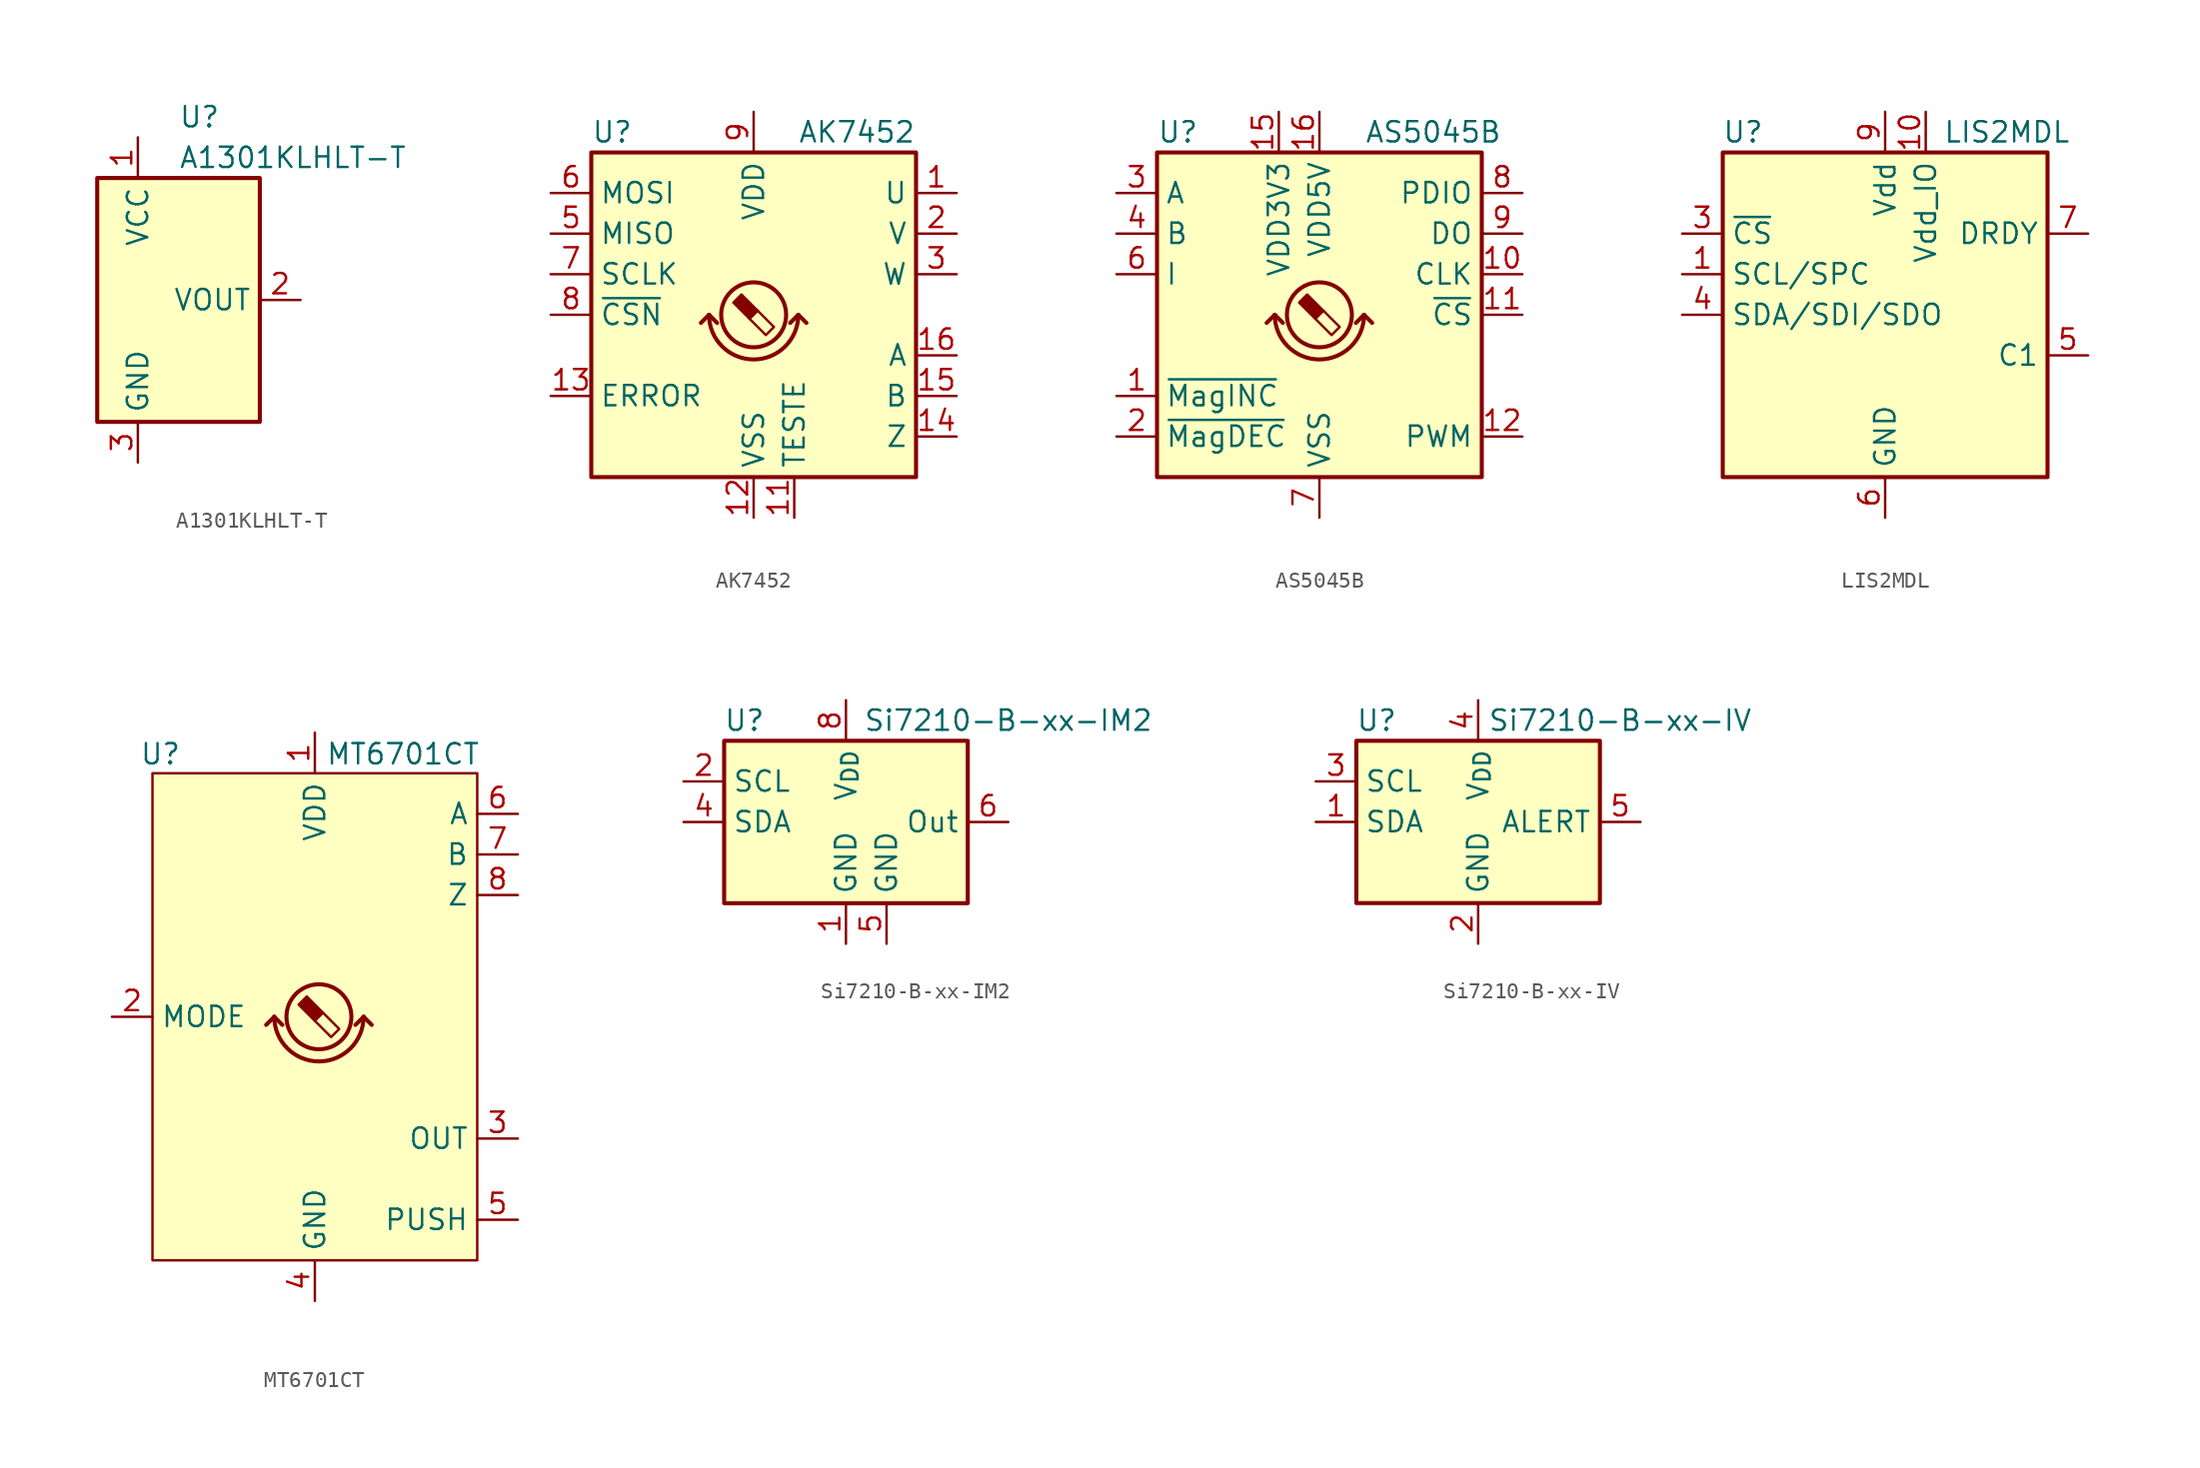
<source format=kicad_sym>
(kicad_symbol_lib
  (version 20231120)
  (generator "kicad_symbol_editor")
  (generator_version "8.0")
  (symbol "A1301KLHLT-T"
    (property "Reference" "U"
      (at 0 11.43 0)
      (effects (font (size 1.27 1.27)) (justify left)))
    (property "Value" "A1301KLHLT-T"
      (at 0 8.89 0)
      (effects (font (size 1.27 1.27)) (justify left)))
    (symbol "A1301KLHLT-T_0_1"
      (rectangle (start -5.08 7.62) (end 5.08 -7.62) (stroke (width 0.254) (type default)) (fill (type background))))
    (symbol "A1301KLHLT-T_1_1"
      (pin power_in line (at -2.54 10.16 270) (length 2.54) (name "VCC" (effects (font (size 1.27 1.27)))) (number "1" (effects (font (size 1.27 1.27)))))
      (pin output line (at 7.62 0 180) (length 2.54) (name "VOUT" (effects (font (size 1.27 1.27)))) (number "2" (effects (font (size 1.27 1.27)))))
      (pin power_in line (at -2.54 -10.16 90) (length 2.54) (name "GND" (effects (font (size 1.27 1.27)))) (number "3" (effects (font (size 1.27 1.27)))))))
  (symbol "AK7452"
    (property "Reference" "U"
      (at -10.16 11.43 0)
      (effects (font (size 1.27 1.27)) (justify left)))
    (property "Value" "AK7452"
      (at 10.16 11.43 0)
      (effects (font (size 1.27 1.27)) (justify right)))
    (symbol "AK7452_0_1"
      (rectangle (start -10.16 10.16) (end 10.16 -10.16) (stroke (width 0.254) (type default)) (fill (type background)))
      (arc (start -2.794 0) (mid 0 -2.7819) (end 2.794 0) (stroke (width 0.254) (type default)) (fill (type none)))
      (polyline (pts (xy -2.794 0) (xy -3.302 -0.508)) (stroke (width 0.254) (type default)) (fill (type none)))
      (polyline (pts (xy -2.794 0) (xy -2.286 -0.508)) (stroke (width 0.254) (type default)) (fill (type none)))
      (polyline (pts (xy 2.794 0) (xy 2.286 -0.508)) (stroke (width 0.254) (type default)) (fill (type none)))
      (polyline (pts (xy 2.794 0) (xy 3.302 -0.508)) (stroke (width 0.254) (type default)) (fill (type none))))
    (symbol "AK7452_1_1"
      (polyline (pts (xy 0.254 0.254) (xy 1.27 -0.762) (xy 0.762 -1.27) (xy -0.254 -0.254)) (stroke (width 0) (type default)) (fill (type none)))
      (polyline (pts (xy -0.762 1.27) (xy 0.254 0.254) (xy -0.254 -0.254) (xy -1.27 0.762) (xy -1.016 1.016) (xy -0.762 1.27) (xy -0.635 1.143)) (stroke (width 0) (type default)) (fill (type outline)))
      (circle (center 0 0) (radius 2.032) (stroke (width 0.254) (type default)) (fill (type none)))
      (pin output line (at 12.7 7.62 180) (length 2.54) (name "U" (effects (font (size 1.27 1.27)))) (number "1" (effects (font (size 1.27 1.27)))))
      (pin no_connect line (at 7.62 -10.16 90) (length 2.54) hide (name "NC" (effects (font (size 1.27 1.27)))) (number "10" (effects (font (size 1.27 1.27)))))
      (pin passive line (at 2.54 -12.7 90) (length 2.54) (name "TESTE" (effects (font (size 1.27 1.27)))) (number "11" (effects (font (size 1.27 1.27)))))
      (pin power_in line (at 0 -12.7 90) (length 2.54) (name "VSS" (effects (font (size 1.27 1.27)))) (number "12" (effects (font (size 1.27 1.27)))))
      (pin output line (at -12.7 -5.08 0) (length 2.54) (name "ERROR" (effects (font (size 1.27 1.27)))) (number "13" (effects (font (size 1.27 1.27)))))
      (pin output line (at 12.7 -7.62 180) (length 2.54) (name "Z" (effects (font (size 1.27 1.27)))) (number "14" (effects (font (size 1.27 1.27)))))
      (pin output line (at 12.7 -5.08 180) (length 2.54) (name "B" (effects (font (size 1.27 1.27)))) (number "15" (effects (font (size 1.27 1.27)))))
      (pin output line (at 12.7 -2.54 180) (length 2.54) (name "A" (effects (font (size 1.27 1.27)))) (number "16" (effects (font (size 1.27 1.27)))))
      (pin output line (at 12.7 5.08 180) (length 2.54) (name "V" (effects (font (size 1.27 1.27)))) (number "2" (effects (font (size 1.27 1.27)))))
      (pin output line (at 12.7 2.54 180) (length 2.54) (name "W" (effects (font (size 1.27 1.27)))) (number "3" (effects (font (size 1.27 1.27)))))
      (pin no_connect line (at 5.08 -10.16 90) (length 2.54) hide (name "NC" (effects (font (size 1.27 1.27)))) (number "4" (effects (font (size 1.27 1.27)))))
      (pin output line (at -12.7 5.08 0) (length 2.54) (name "MISO" (effects (font (size 1.27 1.27)))) (number "5" (effects (font (size 1.27 1.27)))))
      (pin input line (at -12.7 7.62 0) (length 2.54) (name "MOSI" (effects (font (size 1.27 1.27)))) (number "6" (effects (font (size 1.27 1.27)))))
      (pin input line (at -12.7 2.54 0) (length 2.54) (name "SCLK" (effects (font (size 1.27 1.27)))) (number "7" (effects (font (size 1.27 1.27)))))
      (pin input line (at -12.7 0 0) (length 2.54) (name "~{CSN}" (effects (font (size 1.27 1.27)))) (number "8" (effects (font (size 1.27 1.27)))))
      (pin power_in line (at 0 12.7 270) (length 2.54) (name "VDD" (effects (font (size 1.27 1.27)))) (number "9" (effects (font (size 1.27 1.27)))))))
  (symbol "AS5045B"
    (property "Reference" "U"
      (at -10.16 11.43 0)
      (effects (font (size 1.27 1.27)) (justify left)))
    (property "Value" "AS5045B"
      (at 11.43 11.43 0)
      (effects (font (size 1.27 1.27)) (justify right)))
    (symbol "AS5045B_0_1"
      (rectangle (start -10.16 10.16) (end 10.16 -10.16) (stroke (width 0.254) (type default)) (fill (type background)))
      (arc (start -2.794 0) (mid 0 -2.7819) (end 2.794 0) (stroke (width 0.254) (type default)) (fill (type none)))
      (polyline (pts (xy -2.794 0) (xy -3.302 -0.508)) (stroke (width 0.254) (type default)) (fill (type none)))
      (polyline (pts (xy -2.794 0) (xy -2.286 -0.508)) (stroke (width 0.254) (type default)) (fill (type none)))
      (polyline (pts (xy 2.794 0) (xy 2.286 -0.508)) (stroke (width 0.254) (type default)) (fill (type none)))
      (polyline (pts (xy 2.794 0) (xy 3.302 -0.508)) (stroke (width 0.254) (type default)) (fill (type none)))
      (polyline (pts (xy 0.254 0.254) (xy 1.27 -0.762) (xy 0.762 -1.27) (xy -0.254 -0.254)) (stroke (width 0) (type default)) (fill (type none)))
      (polyline (pts (xy -0.762 1.27) (xy 0.254 0.254) (xy -0.254 -0.254) (xy -1.27 0.762) (xy -1.016 1.016) (xy -0.762 1.27) (xy -0.635 1.143)) (stroke (width 0) (type default)) (fill (type outline)))
      (circle (center 0 0) (radius 2.032) (stroke (width 0.254) (type default)) (fill (type none))))
    (symbol "AS5045B_1_1"
      (pin open_collector line (at -12.7 -5.08 0) (length 2.54) (name "~{MagINC}" (effects (font (size 1.27 1.27)))) (number "1" (effects (font (size 1.27 1.27)))))
      (pin input line (at 12.7 2.54 180) (length 2.54) (name "CLK" (effects (font (size 1.27 1.27)))) (number "10" (effects (font (size 1.27 1.27)))))
      (pin input line (at 12.7 0 180) (length 2.54) (name "~{CS}" (effects (font (size 1.27 1.27)))) (number "11" (effects (font (size 1.27 1.27)))))
      (pin output line (at 12.7 -7.62 180) (length 2.54) (name "PWM" (effects (font (size 1.27 1.27)))) (number "12" (effects (font (size 1.27 1.27)))))
      (pin no_connect line (at 10.16 -5.08 180) (length 2.54) hide (name "NC" (effects (font (size 1.27 1.27)))) (number "13" (effects (font (size 1.27 1.27)))))
      (pin no_connect line (at 2.54 -10.16 90) (length 2.54) hide (name "NC" (effects (font (size 1.27 1.27)))) (number "14" (effects (font (size 1.27 1.27)))))
      (pin power_in line (at -2.54 12.7 270) (length 2.54) (name "VDD3V3" (effects (font (size 1.27 1.27)))) (number "15" (effects (font (size 1.27 1.27)))))
      (pin power_in line (at 0 12.7 270) (length 2.54) (name "VDD5V" (effects (font (size 1.27 1.27)))) (number "16" (effects (font (size 1.27 1.27)))))
      (pin open_collector line (at -12.7 -7.62 0) (length 2.54) (name "~{MagDEC}" (effects (font (size 1.27 1.27)))) (number "2" (effects (font (size 1.27 1.27)))))
      (pin output line (at -12.7 7.62 0) (length 2.54) (name "A" (effects (font (size 1.27 1.27)))) (number "3" (effects (font (size 1.27 1.27)))))
      (pin output line (at -12.7 5.08 0) (length 2.54) (name "B" (effects (font (size 1.27 1.27)))) (number "4" (effects (font (size 1.27 1.27)))))
      (pin no_connect line (at 10.16 -2.54 180) (length 2.54) hide (name "NC" (effects (font (size 1.27 1.27)))) (number "5" (effects (font (size 1.27 1.27)))))
      (pin output line (at -12.7 2.54 0) (length 2.54) (name "I" (effects (font (size 1.27 1.27)))) (number "6" (effects (font (size 1.27 1.27)))))
      (pin power_in line (at 0 -12.7 90) (length 2.54) (name "VSS" (effects (font (size 1.27 1.27)))) (number "7" (effects (font (size 1.27 1.27)))))
      (pin input line (at 12.7 7.62 180) (length 2.54) (name "PDIO" (effects (font (size 1.27 1.27)))) (number "8" (effects (font (size 1.27 1.27)))))
      (pin output line (at 12.7 5.08 180) (length 2.54) (name "DO" (effects (font (size 1.27 1.27)))) (number "9" (effects (font (size 1.27 1.27)))))))
  (symbol "LIS2MDL"
    (property "Reference" "U"
      (at -8.89 11.43 0)
      (effects (font (size 1.27 1.27))))
    (property "Value" "LIS2MDL"
      (at 7.62 11.43 0)
      (effects (font (size 1.27 1.27))))
    (symbol "LIS2MDL_0_1"
      (rectangle (start -10.16 10.16) (end 10.16 -10.16) (stroke (width 0.254) (type default)) (fill (type background))))
    (symbol "LIS2MDL_1_1"
      (pin input line (at -12.7 2.54 0) (length 2.54) (name "SCL/SPC" (effects (font (size 1.27 1.27)))) (number "1" (effects (font (size 1.27 1.27)))))
      (pin power_in line (at 2.54 12.7 270) (length 2.54) (name "Vdd_IO" (effects (font (size 1.27 1.27)))) (number "10" (effects (font (size 1.27 1.27)))))
      (pin no_connect line (at -10.16 -7.62 0) (length 2.54) hide (name "NC" (effects (font (size 1.27 1.27)))) (number "11" (effects (font (size 1.27 1.27)))))
      (pin no_connect line (at 10.16 -7.62 180) (length 2.54) hide (name "NC" (effects (font (size 1.27 1.27)))) (number "12" (effects (font (size 1.27 1.27)))))
      (pin no_connect line (at -10.16 -5.08 0) (length 2.54) hide (name "NC" (effects (font (size 1.27 1.27)))) (number "2" (effects (font (size 1.27 1.27)))))
      (pin input line (at -12.7 5.08 0) (length 2.54) (name "~{CS}" (effects (font (size 1.27 1.27)))) (number "3" (effects (font (size 1.27 1.27)))))
      (pin bidirectional line (at -12.7 0 0) (length 2.54) (name "SDA/SDI/SDO" (effects (font (size 1.27 1.27)))) (number "4" (effects (font (size 1.27 1.27)))))
      (pin power_out line (at 12.7 -2.54 180) (length 2.54) (name "C1" (effects (font (size 1.27 1.27)))) (number "5" (effects (font (size 1.27 1.27)))))
      (pin power_in line (at 0 -12.7 90) (length 2.54) (name "GND" (effects (font (size 1.27 1.27)))) (number "6" (effects (font (size 1.27 1.27)))))
      (pin output line (at 12.7 5.08 180) (length 2.54) (name "DRDY" (effects (font (size 1.27 1.27)))) (number "7" (effects (font (size 1.27 1.27)))) (alternate "INT" output line) (alternate "SDO" output line))
      (pin passive line (at 0 -12.7 90) (length 2.54) hide (name "GND" (effects (font (size 1.27 1.27)))) (number "8" (effects (font (size 1.27 1.27)))))
      (pin power_in line (at 0 12.7 270) (length 2.54) (name "Vdd" (effects (font (size 1.27 1.27)))) (number "9" (effects (font (size 1.27 1.27)))))))
  (symbol "MT6701CT"
    (property "Reference" "U"
      (at -9.663 16.44 0)
      (effects (font (size 1.27 1.27))))
    (property "Value" "MT6701CT"
      (at 5.516 16.44 0)
      (effects (font (size 1.27 1.27))))
    (symbol "MT6701CT_0_1"
      (arc (start -2.54 0) (mid 0.254 -2.7819) (end 3.048 0) (stroke (width 0.254) (type default)) (fill (type none)))
      (polyline (pts (xy -2.54 0) (xy -3.048 -0.508)) (stroke (width 0.254) (type default)) (fill (type none)))
      (polyline (pts (xy -2.54 0) (xy -2.032 -0.508)) (stroke (width 0.254) (type default)) (fill (type none)))
      (polyline (pts (xy 3.048 0) (xy 2.54 -0.508)) (stroke (width 0.254) (type default)) (fill (type none)))
      (polyline (pts (xy 3.048 0) (xy 3.556 -0.508)) (stroke (width 0.254) (type default)) (fill (type none))))
    (symbol "MT6701CT_1_1"
      (rectangle (start -10.16 15.24) (end 10.16 -15.24) (stroke (width 0) (type default)) (fill (type background)))
      (polyline (pts (xy 0.508 0.254) (xy 1.524 -0.762) (xy 1.016 -1.27) (xy 0 -0.254)) (stroke (width 0) (type default)) (fill (type none)))
      (polyline (pts (xy -0.508 1.27) (xy 0.508 0.254) (xy 0 -0.254) (xy -1.016 0.762) (xy -0.762 1.016) (xy -0.508 1.27) (xy -0.381 1.143)) (stroke (width 0) (type default)) (fill (type outline)))
      (circle (center 0.254 0) (radius 2.032) (stroke (width 0.254) (type default)) (fill (type none)))
      (pin power_in line (at 0 17.78 270) (length 2.54) (name "VDD" (effects (font (size 1.27 1.27)))) (number "1" (effects (font (size 1.27 1.27)))))
      (pin input line (at -12.7 0 0) (length 2.54) (name "MODE" (effects (font (size 1.27 1.27)))) (number "2" (effects (font (size 1.27 1.27)))))
      (pin output line (at 12.7 -7.62 180) (length 2.54) (name "OUT" (effects (font (size 1.27 1.27)))) (number "3" (effects (font (size 1.27 1.27)))))
      (pin power_in line (at 0 -17.78 90) (length 2.54) (name "GND" (effects (font (size 1.27 1.27)))) (number "4" (effects (font (size 1.27 1.27)))))
      (pin output line (at 12.7 -12.7 180) (length 2.54) (name "PUSH" (effects (font (size 1.27 1.27)))) (number "5" (effects (font (size 1.27 1.27)))))
      (pin output line (at 12.7 12.7 180) (length 2.54) (name "A" (effects (font (size 1.27 1.27)))) (number "6" (effects (font (size 1.27 1.27)))) (alternate "DO" output line) (alternate "SDA" bidirectional line))
      (pin output line (at 12.7 10.16 180) (length 2.54) (name "B" (effects (font (size 1.27 1.27)))) (number "7" (effects (font (size 1.27 1.27)))) (alternate "CLK" input line) (alternate "SCL" input line))
      (pin output line (at 12.7 7.62 180) (length 2.54) (name "Z" (effects (font (size 1.27 1.27)))) (number "8" (effects (font (size 1.27 1.27)))) (alternate "~{CS}" input line))))
  (symbol "Si7210-B-xx-IM2"
    (property "Reference" "U"
      (at -6.35 6.35 0)
      (effects (font (size 1.27 1.27))))
    (property "Value" "Si7210-B-xx-IM2"
      (at 10.16 6.35 0)
      (effects (font (size 1.27 1.27))))
    (symbol "Si7210-B-xx-IM2_0_1"
      (rectangle (start -7.62 5.08) (end 7.62 -5.08) (stroke (width 0.254) (type default)) (fill (type background))))
    (symbol "Si7210-B-xx-IM2_1_1"
      (pin power_in line (at 0 -7.62 90) (length 2.54) (name "GND" (effects (font (size 1.27 1.27)))) (number "1" (effects (font (size 1.27 1.27)))))
      (pin input line (at -10.16 2.54 0) (length 2.54) (name "SCL" (effects (font (size 1.27 1.27)))) (number "2" (effects (font (size 1.27 1.27)))))
      (pin bidirectional line (at -10.16 0 0) (length 2.54) (name "SDA" (effects (font (size 1.27 1.27)))) (number "4" (effects (font (size 1.27 1.27)))))
      (pin power_in line (at 2.54 -7.62 90) (length 2.54) (name "GND" (effects (font (size 1.27 1.27)))) (number "5" (effects (font (size 1.27 1.27)))))
      (pin bidirectional line (at 10.16 0 180) (length 2.54) (name "Out" (effects (font (size 1.27 1.27)))) (number "6" (effects (font (size 1.27 1.27)))))
      (pin power_in line (at 0 7.62 270) (length 2.54) (name "V_{DD}" (effects (font (size 1.27 1.27)))) (number "8" (effects (font (size 1.27 1.27)))))))
  (symbol "Si7210-B-xx-IV"
    (property "Reference" "U"
      (at -6.35 6.35 0)
      (effects (font (size 1.27 1.27))))
    (property "Value" "Si7210-B-xx-IV"
      (at 8.89 6.35 0)
      (effects (font (size 1.27 1.27))))
    (symbol "Si7210-B-xx-IV_0_1"
      (rectangle (start -7.62 5.08) (end 7.62 -5.08) (stroke (width 0.254) (type default)) (fill (type background))))
    (symbol "Si7210-B-xx-IV_1_1"
      (pin bidirectional line (at -10.16 0 0) (length 2.54) (name "SDA" (effects (font (size 1.27 1.27)))) (number "1" (effects (font (size 1.27 1.27)))))
      (pin power_in line (at 0 -7.62 90) (length 2.54) (name "GND" (effects (font (size 1.27 1.27)))) (number "2" (effects (font (size 1.27 1.27)))))
      (pin input line (at -10.16 2.54 0) (length 2.54) (name "SCL" (effects (font (size 1.27 1.27)))) (number "3" (effects (font (size 1.27 1.27)))))
      (pin power_in line (at 0 7.62 270) (length 2.54) (name "V_{DD}" (effects (font (size 1.27 1.27)))) (number "4" (effects (font (size 1.27 1.27)))))
      (pin output line (at 10.16 0 180) (length 2.54) (name "ALERT" (effects (font (size 1.27 1.27)))) (number "5" (effects (font (size 1.27 1.27))))))))
</source>
